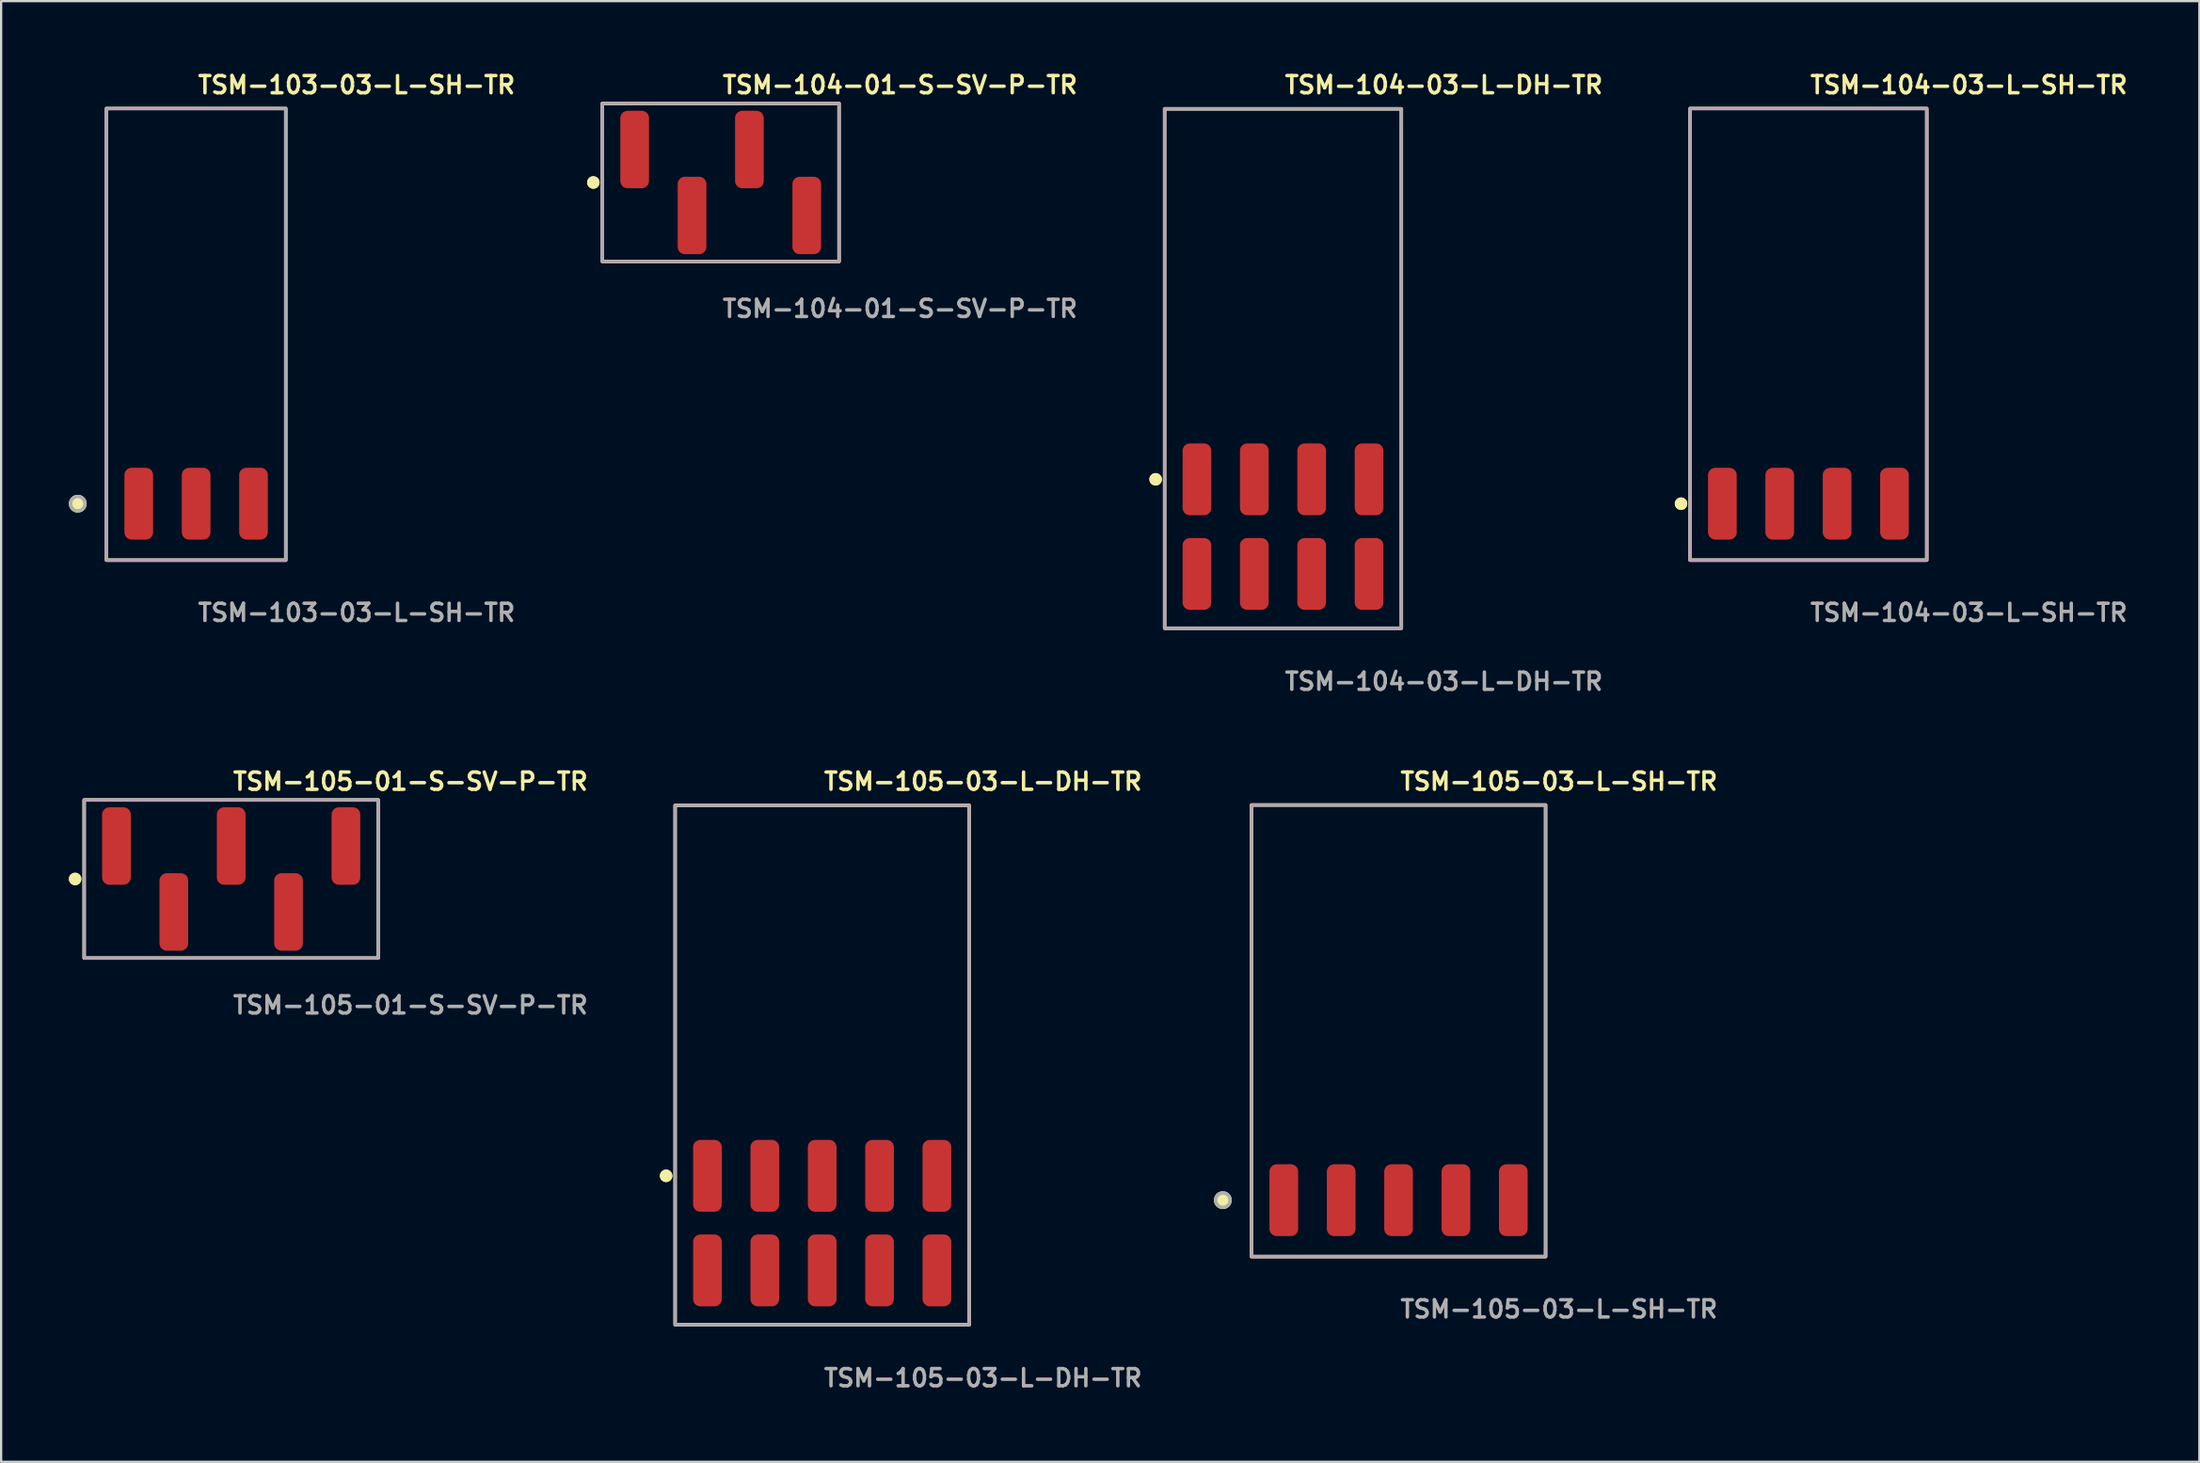
<source format=kicad_pcb>
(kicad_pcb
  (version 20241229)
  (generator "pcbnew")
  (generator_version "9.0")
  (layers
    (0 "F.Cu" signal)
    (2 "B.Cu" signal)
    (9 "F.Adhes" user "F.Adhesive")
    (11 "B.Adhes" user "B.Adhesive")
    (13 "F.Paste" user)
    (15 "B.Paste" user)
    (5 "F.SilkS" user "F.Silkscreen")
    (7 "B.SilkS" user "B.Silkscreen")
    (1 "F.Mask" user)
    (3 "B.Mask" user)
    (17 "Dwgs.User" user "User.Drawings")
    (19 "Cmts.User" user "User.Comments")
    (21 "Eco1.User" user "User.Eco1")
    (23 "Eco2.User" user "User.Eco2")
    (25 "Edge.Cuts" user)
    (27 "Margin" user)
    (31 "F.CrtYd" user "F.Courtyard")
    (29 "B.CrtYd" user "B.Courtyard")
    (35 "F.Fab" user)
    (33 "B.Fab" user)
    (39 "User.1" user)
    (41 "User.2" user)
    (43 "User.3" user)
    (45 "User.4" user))
  (footprint "TSM-104-01-S-SV-P-TR"
    (layer "F.Cu")
    (at 28.861 5.031)
    (property "Reference" "TSM-104-01-S-SV-P-TR" (at 0 -4.318 0) (unlocked yes) (layer "F.SilkS") (effects (font (size 0.762 0.762) (thickness 0.152)) (justify left)))
    (fp_rect (start -5.24 3.5) (end 5.24 -3.5) (stroke (width 0.152) (type solid)) (fill no) (layer "F.SilkS"))
    (fp_circle (center -5.64 0) (end -5.84 0) (stroke (width 0.152) (type solid)) (fill yes) (layer "F.SilkS"))
    (fp_circle (center -5.64 0) (end -5.84 0) (stroke (width 0.152) (type solid)) (fill yes) (layer "F.SilkS"))
    (fp_rect (start -5.24 3.5) (end 5.24 -3.5) (stroke (width 0.006) (type solid)) (fill no) (layer "F.CrtYd"))
    (fp_rect (start -5.24 3.5) (end 5.24 -3.5) (stroke (width 0.152) (type solid)) (fill no) (layer "F.Fab"))
    (fp_text user "${REFERENCE}" (at 0 5.588 0) (unlocked yes) (layer "F.Fab") (effects (font (size 0.762 0.762) (thickness 0.152)) (justify left)))
    (pad "1" smd roundrect (at -3.81 -1.46) (size 1.27 3.43) (layers "F.Cu" "F.Paste") (roundrect_rratio 0.25))
    (pad "2" smd roundrect (at -1.27 1.46) (size 1.27 3.43) (layers "F.Cu" "F.Paste") (roundrect_rratio 0.25))
    (pad "3" smd roundrect (at 1.27 -1.46) (size 1.27 3.43) (layers "F.Cu" "F.Paste") (roundrect_rratio 0.25))
    (pad "4" smd roundrect (at 3.81 1.46) (size 1.27 3.43) (layers "F.Cu" "F.Paste") (roundrect_rratio 0.25)))
  (footprint "TSM-105-01-S-SV-P-TR"
    (layer "F.Cu")
    (at 7.186 35.874)
    (property "Reference" "TSM-105-01-S-SV-P-TR" (at 0 -4.318 0) (unlocked yes) (layer "F.SilkS") (effects (font (size 0.762 0.762) (thickness 0.152)) (justify left)))
    (fp_rect (start -6.51 3.5) (end 6.51 -3.5) (stroke (width 0.152) (type solid)) (fill no) (layer "F.SilkS"))
    (fp_circle (center -6.91 0) (end -7.11 0) (stroke (width 0.152) (type solid)) (fill yes) (layer "F.SilkS"))
    (fp_circle (center -6.91 0) (end -7.11 0) (stroke (width 0.152) (type solid)) (fill yes) (layer "F.SilkS"))
    (fp_rect (start -6.51 3.5) (end 6.51 -3.5) (stroke (width 0.006) (type solid)) (fill no) (layer "F.CrtYd"))
    (fp_rect (start -6.51 3.5) (end 6.51 -3.5) (stroke (width 0.152) (type solid)) (fill no) (layer "F.Fab"))
    (fp_text user "${REFERENCE}" (at 0 5.588 0) (unlocked yes) (layer "F.Fab") (effects (font (size 0.762 0.762) (thickness 0.152)) (justify left)))
    (pad "1" smd roundrect (at -5.08 -1.46) (size 1.27 3.43) (layers "F.Cu" "F.Paste") (roundrect_rratio 0.25))
    (pad "2" smd roundrect (at -2.54 1.46) (size 1.27 3.43) (layers "F.Cu" "F.Paste") (roundrect_rratio 0.25))
    (pad "3" smd roundrect (at 0 -1.46) (size 1.27 3.43) (layers "F.Cu" "F.Paste") (roundrect_rratio 0.25))
    (pad "4" smd roundrect (at 2.54 1.46) (size 1.27 3.43) (layers "F.Cu" "F.Paste") (roundrect_rratio 0.25))
    (pad "5" smd roundrect (at 5.08 -1.46) (size 1.27 3.43) (layers "F.Cu" "F.Paste") (roundrect_rratio 0.25)))
  (footprint "TSM-103-03-L-SH-TR"
    (layer "F.Cu")
    (at 5.634 19.255)
    (property "Reference" "TSM-103-03-L-SH-TR" (at 0 -18.542 0) (unlocked yes) (layer "F.SilkS") (effects (font (size 0.762 0.762) (thickness 0.152)) (justify left)))
    (fp_rect (start -3.97 2.5) (end 3.97 -17.5) (stroke (width 0.152) (type solid)) (fill no) (layer "F.SilkS"))
    (fp_circle (center -5.24 0) (end -5.558 0) (stroke (width 0.152) (type solid)) (fill yes) (layer "F.SilkS"))
    (fp_rect (start -3.97 2.5) (end 3.97 -17.5) (stroke (width 0.006) (type solid)) (fill no) (layer "F.CrtYd"))
    (fp_rect (start -3.97 2.5) (end 3.97 -17.5) (stroke (width 0.152) (type solid)) (fill no) (layer "F.Fab"))
    (fp_circle (center -5.24 0) (end -5.558 0) (stroke (width 0.152) (type solid)) (fill no) (layer "F.Fab"))
    (fp_text user "${REFERENCE}" (at 0 4.826 0) (unlocked yes) (layer "F.Fab") (effects (font (size 0.762 0.762) (thickness 0.152)) (justify left)))
    (pad "1" smd roundrect (at -2.54 0) (size 1.27 3.18) (layers "F.Cu" "F.Paste") (roundrect_rratio 0.25))
    (pad "2" smd roundrect (at 0 0) (size 1.27 3.18) (layers "F.Cu" "F.Paste") (roundrect_rratio 0.25))
    (pad "3" smd roundrect (at 2.54 0) (size 1.27 3.18) (layers "F.Cu" "F.Paste") (roundrect_rratio 0.25)))
  (footprint "TSM-105-03-L-DH-TR"
    (layer "F.Cu")
    (at 33.353 51.114)
    (property "Reference" "TSM-105-03-L-DH-TR" (at 0 -19.558 0) (unlocked yes) (layer "F.SilkS") (effects (font (size 0.762 0.762) (thickness 0.152)) (justify left)))
    (fp_rect (start -6.51 4.5) (end 6.51 -18.5) (stroke (width 0.152) (type solid)) (fill no) (layer "F.SilkS"))
    (fp_circle (center -6.91 -2.095) (end -7.11 -2.095) (stroke (width 0.152) (type solid)) (fill yes) (layer "F.SilkS"))
    (fp_circle (center -6.91 -2.095) (end -7.11 -2.095) (stroke (width 0.152) (type solid)) (fill yes) (layer "F.SilkS"))
    (fp_rect (start -6.51 4.5) (end 6.51 -18.5) (stroke (width 0.006) (type solid)) (fill no) (layer "F.CrtYd"))
    (fp_rect (start -6.51 4.5) (end 6.51 -18.5) (stroke (width 0.152) (type solid)) (fill no) (layer "F.Fab"))
    (fp_text user "${REFERENCE}" (at 0 6.858 0) (unlocked yes) (layer "F.Fab") (effects (font (size 0.762 0.762) (thickness 0.152)) (justify left)))
    (pad "1" smd roundrect (at -5.08 2.095) (size 1.27 3.18) (layers "F.Cu" "F.Paste") (roundrect_rratio 0.25))
    (pad "2" smd roundrect (at -5.08 -2.095) (size 1.27 3.18) (layers "F.Cu" "F.Paste") (roundrect_rratio 0.25))
    (pad "3" smd roundrect (at -2.54 2.095) (size 1.27 3.18) (layers "F.Cu" "F.Paste") (roundrect_rratio 0.25))
    (pad "4" smd roundrect (at -2.54 -2.095) (size 1.27 3.18) (layers "F.Cu" "F.Paste") (roundrect_rratio 0.25))
    (pad "5" smd roundrect (at 0 2.095) (size 1.27 3.18) (layers "F.Cu" "F.Paste") (roundrect_rratio 0.25))
    (pad "6" smd roundrect (at 0 -2.095) (size 1.27 3.18) (layers "F.Cu" "F.Paste") (roundrect_rratio 0.25))
    (pad "7" smd roundrect (at 2.54 2.095) (size 1.27 3.18) (layers "F.Cu" "F.Paste") (roundrect_rratio 0.25))
    (pad "8" smd roundrect (at 2.54 -2.095) (size 1.27 3.18) (layers "F.Cu" "F.Paste") (roundrect_rratio 0.25))
    (pad "9" smd roundrect (at 5.08 2.095) (size 1.27 3.18) (layers "F.Cu" "F.Paste") (roundrect_rratio 0.25))
    (pad "10" smd roundrect (at 5.08 -2.095) (size 1.27 3.18) (layers "F.Cu" "F.Paste") (roundrect_rratio 0.25)))
  (footprint "TSM-104-03-L-DH-TR"
    (layer "F.Cu")
    (at 53.757 20.271)
    (property "Reference" "TSM-104-03-L-DH-TR" (at 0 -19.558 0) (unlocked yes) (layer "F.SilkS") (effects (font (size 0.762 0.762) (thickness 0.152)) (justify left)))
    (fp_rect (start -5.24 4.5) (end 5.24 -18.5) (stroke (width 0.152) (type solid)) (fill no) (layer "F.SilkS"))
    (fp_circle (center -5.64 -2.095) (end -5.84 -2.095) (stroke (width 0.152) (type solid)) (fill yes) (layer "F.SilkS"))
    (fp_circle (center -5.64 -2.095) (end -5.84 -2.095) (stroke (width 0.152) (type solid)) (fill yes) (layer "F.SilkS"))
    (fp_rect (start -5.24 4.5) (end 5.24 -18.5) (stroke (width 0.006) (type solid)) (fill no) (layer "F.CrtYd"))
    (fp_rect (start -5.24 4.5) (end 5.24 -18.5) (stroke (width 0.152) (type solid)) (fill no) (layer "F.Fab"))
    (fp_text user "${REFERENCE}" (at 0 6.858 0) (unlocked yes) (layer "F.Fab") (effects (font (size 0.762 0.762) (thickness 0.152)) (justify left)))
    (pad "1" smd roundrect (at -3.81 2.095) (size 1.27 3.18) (layers "F.Cu" "F.Paste") (roundrect_rratio 0.25))
    (pad "2" smd roundrect (at -3.81 -2.095) (size 1.27 3.18) (layers "F.Cu" "F.Paste") (roundrect_rratio 0.25))
    (pad "3" smd roundrect (at -1.27 2.095) (size 1.27 3.18) (layers "F.Cu" "F.Paste") (roundrect_rratio 0.25))
    (pad "4" smd roundrect (at -1.27 -2.095) (size 1.27 3.18) (layers "F.Cu" "F.Paste") (roundrect_rratio 0.25))
    (pad "5" smd roundrect (at 1.27 2.095) (size 1.27 3.18) (layers "F.Cu" "F.Paste") (roundrect_rratio 0.25))
    (pad "6" smd roundrect (at 1.27 -2.095) (size 1.27 3.18) (layers "F.Cu" "F.Paste") (roundrect_rratio 0.25))
    (pad "7" smd roundrect (at 3.81 2.095) (size 1.27 3.18) (layers "F.Cu" "F.Paste") (roundrect_rratio 0.25))
    (pad "8" smd roundrect (at 3.81 -2.095) (size 1.27 3.18) (layers "F.Cu" "F.Paste") (roundrect_rratio 0.25)))
  (footprint "TSM-104-03-L-SH-TR"
    (layer "F.Cu")
    (at 77.021 19.255)
    (property "Reference" "TSM-104-03-L-SH-TR" (at 0 -18.542 0) (unlocked yes) (layer "F.SilkS") (effects (font (size 0.762 0.762) (thickness 0.152)) (justify left)))
    (fp_rect (start -5.24 2.5) (end 5.24 -17.5) (stroke (width 0.152) (type solid)) (fill no) (layer "F.SilkS"))
    (fp_circle (center -5.64 0) (end -5.84 0) (stroke (width 0.152) (type solid)) (fill yes) (layer "F.SilkS"))
    (fp_circle (center -5.64 0) (end -5.84 0) (stroke (width 0.152) (type solid)) (fill yes) (layer "F.SilkS"))
    (fp_rect (start -5.24 2.5) (end 5.24 -17.5) (stroke (width 0.006) (type solid)) (fill no) (layer "F.CrtYd"))
    (fp_rect (start -5.24 2.5) (end 5.24 -17.5) (stroke (width 0.152) (type solid)) (fill no) (layer "F.Fab"))
    (fp_text user "${REFERENCE}" (at 0 4.826 0) (unlocked yes) (layer "F.Fab") (effects (font (size 0.762 0.762) (thickness 0.152)) (justify left)))
    (pad "1" smd roundrect (at -3.81 0) (size 1.27 3.18) (layers "F.Cu" "F.Paste") (roundrect_rratio 0.25))
    (pad "2" smd roundrect (at -1.27 0) (size 1.27 3.18) (layers "F.Cu" "F.Paste") (roundrect_rratio 0.25))
    (pad "3" smd roundrect (at 1.27 0) (size 1.27 3.18) (layers "F.Cu" "F.Paste") (roundrect_rratio 0.25))
    (pad "4" smd roundrect (at 3.81 0) (size 1.27 3.18) (layers "F.Cu" "F.Paste") (roundrect_rratio 0.25)))
  (footprint "TSM-105-03-L-SH-TR"
    (layer "F.Cu")
    (at 58.874 50.098)
    (property "Reference" "TSM-105-03-L-SH-TR" (at 0 -18.542 0) (unlocked yes) (layer "F.SilkS") (effects (font (size 0.762 0.762) (thickness 0.152)) (justify left)))
    (fp_rect (start -6.51 2.5) (end 6.51 -17.5) (stroke (width 0.152) (type solid)) (fill no) (layer "F.SilkS"))
    (fp_circle (center -7.78 0) (end -8.098 0) (stroke (width 0.152) (type solid)) (fill yes) (layer "F.SilkS"))
    (fp_rect (start -6.51 2.5) (end 6.51 -17.5) (stroke (width 0.006) (type solid)) (fill no) (layer "F.CrtYd"))
    (fp_rect (start -6.51 2.5) (end 6.51 -17.5) (stroke (width 0.152) (type solid)) (fill no) (layer "F.Fab"))
    (fp_circle (center -7.78 0) (end -8.098 0) (stroke (width 0.152) (type solid)) (fill no) (layer "F.Fab"))
    (fp_text user "${REFERENCE}" (at 0 4.826 0) (unlocked yes) (layer "F.Fab") (effects (font (size 0.762 0.762) (thickness 0.152)) (justify left)))
    (pad "1" smd roundrect (at -5.08 0) (size 1.27 3.18) (layers "F.Cu" "F.Paste") (roundrect_rratio 0.25))
    (pad "2" smd roundrect (at -2.54 0) (size 1.27 3.18) (layers "F.Cu" "F.Paste") (roundrect_rratio 0.25))
    (pad "3" smd roundrect (at 0 0) (size 1.27 3.18) (layers "F.Cu" "F.Paste") (roundrect_rratio 0.25))
    (pad "4" smd roundrect (at 2.54 0) (size 1.27 3.18) (layers "F.Cu" "F.Paste") (roundrect_rratio 0.25))
    (pad "5" smd roundrect (at 5.08 0) (size 1.27 3.18) (layers "F.Cu" "F.Paste") (roundrect_rratio 0.25)))
  (gr_rect
    (start -3 -3)
    (end 94.332 61.685)
    (stroke (width 0.1) (type default))
    (fill no)
    (layer "Edge.Cuts")))
</source>
